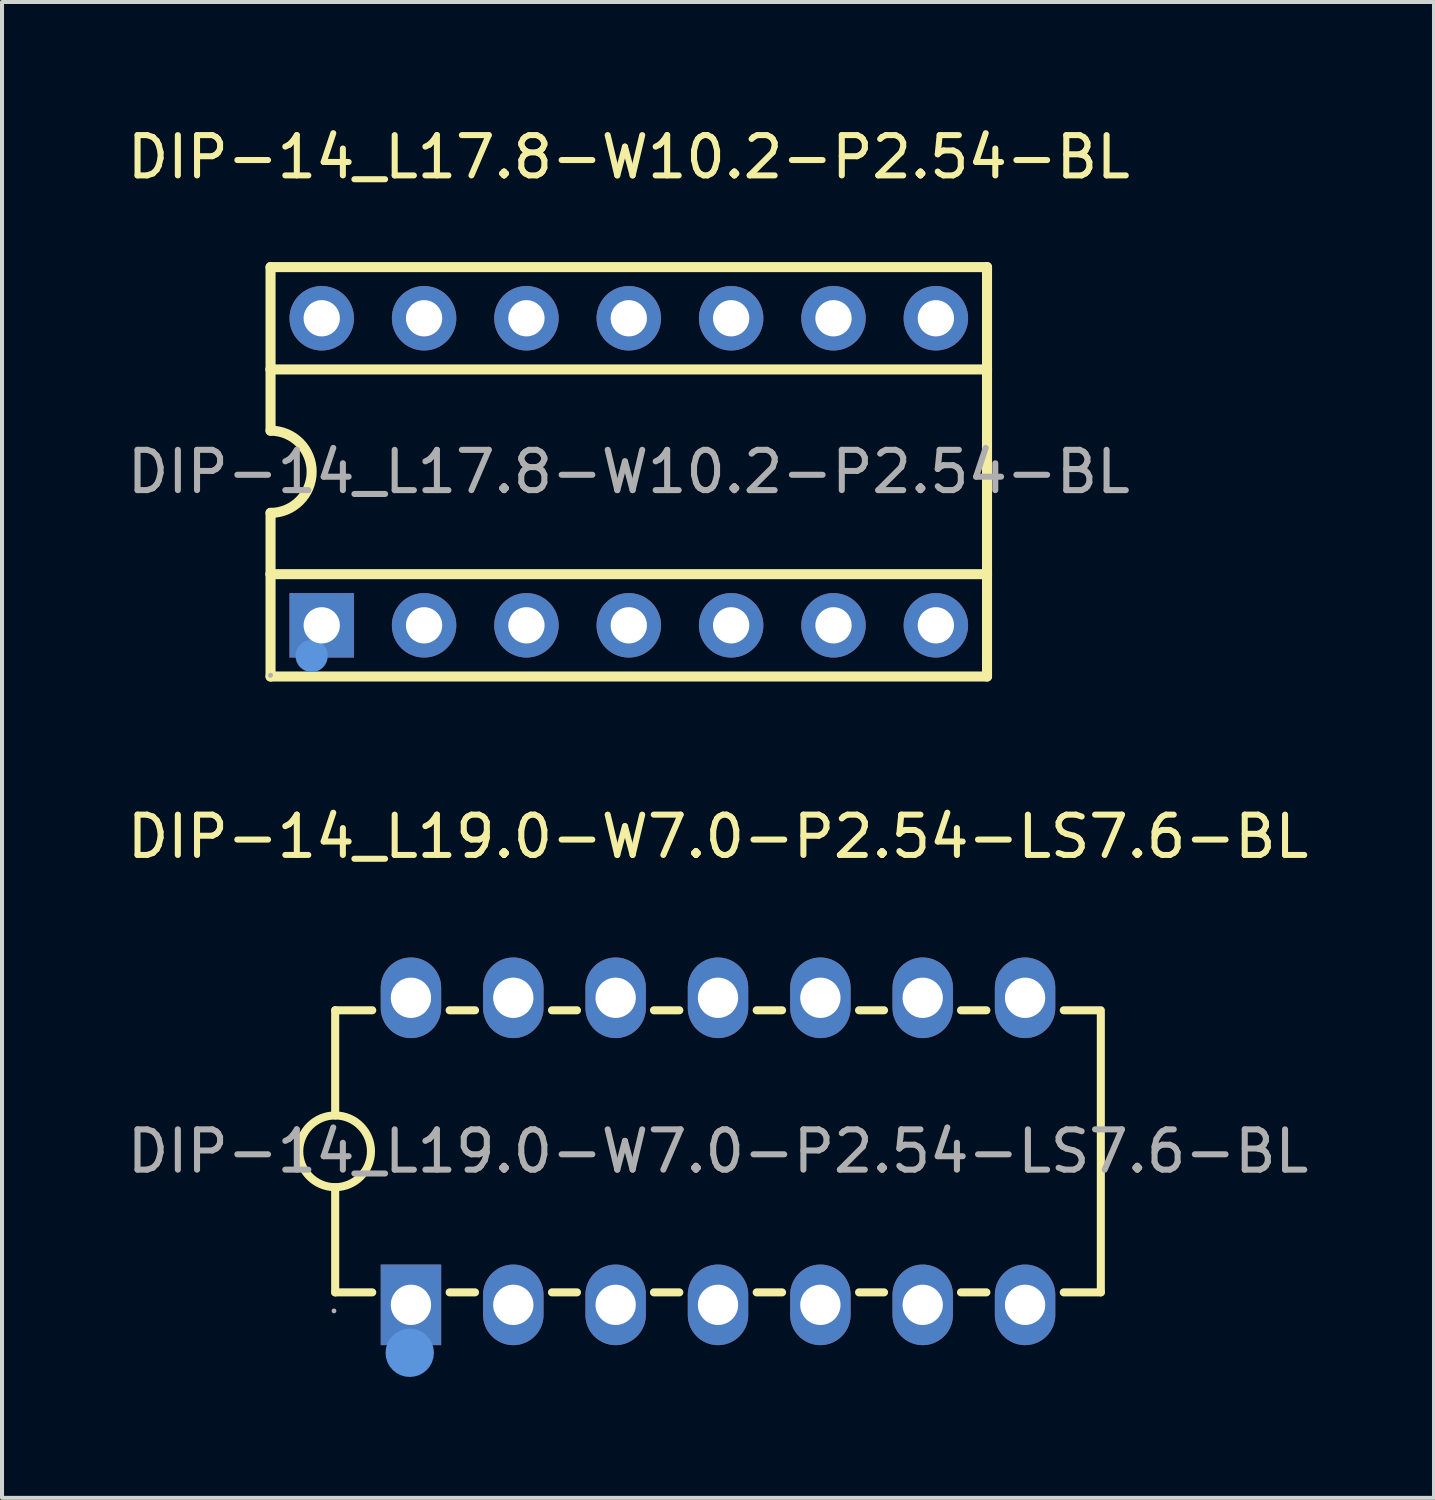
<source format=kicad_pcb>
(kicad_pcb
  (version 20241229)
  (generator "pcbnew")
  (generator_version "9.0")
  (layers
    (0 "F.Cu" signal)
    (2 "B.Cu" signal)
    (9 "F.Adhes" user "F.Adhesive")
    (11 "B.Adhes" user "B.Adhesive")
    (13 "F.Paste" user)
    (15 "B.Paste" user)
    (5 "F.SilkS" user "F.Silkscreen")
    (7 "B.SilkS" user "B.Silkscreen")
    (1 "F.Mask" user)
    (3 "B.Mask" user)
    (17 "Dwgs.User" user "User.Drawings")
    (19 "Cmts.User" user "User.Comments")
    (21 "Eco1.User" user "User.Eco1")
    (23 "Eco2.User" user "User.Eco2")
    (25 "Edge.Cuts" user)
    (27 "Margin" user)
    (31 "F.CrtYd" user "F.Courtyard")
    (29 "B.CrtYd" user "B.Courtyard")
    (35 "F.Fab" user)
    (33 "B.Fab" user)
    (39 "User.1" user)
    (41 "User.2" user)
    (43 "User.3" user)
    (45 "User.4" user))
  (footprint "DIP-14_L19.0-W7.0-P2.54-LS7.6-BL"
    (layer "F.Cu")
    (at 14.768 25.521)
    (property "Reference" "DIP-14_L19.0-W7.0-P2.54-LS7.6-BL" (at 0 -7.81 0) (layer "F.SilkS") (effects (font (size 1 1) (thickness 0.15))))
    (attr through_hole)
    (fp_line (start -9.5 -3.5) (end -9.5 -0.89) (stroke (width 0.2) (type solid)) (layer "F.SilkS"))
    (fp_line (start -9.5 -3.5) (end -8.58 -3.5) (stroke (width 0.2) (type solid)) (layer "F.SilkS"))
    (fp_line (start -9.5 3.5) (end -9.5 0.89) (stroke (width 0.2) (type solid)) (layer "F.SilkS"))
    (fp_line (start -9.5 3.5) (end -8.58 3.5) (stroke (width 0.2) (type solid)) (layer "F.SilkS"))
    (fp_line (start -6.66 -3.5) (end -6.03 -3.5) (stroke (width 0.2) (type solid)) (layer "F.SilkS"))
    (fp_line (start -6.66 3.5) (end -6.03 3.5) (stroke (width 0.2) (type solid)) (layer "F.SilkS"))
    (fp_line (start -4.12 -3.5) (end -3.5 -3.5) (stroke (width 0.2) (type solid)) (layer "F.SilkS"))
    (fp_line (start -4.12 3.5) (end -3.5 3.5) (stroke (width 0.2) (type solid)) (layer "F.SilkS"))
    (fp_line (start -1.59 -3.5) (end -0.96 -3.5) (stroke (width 0.2) (type solid)) (layer "F.SilkS"))
    (fp_line (start -1.59 3.5) (end -0.96 3.5) (stroke (width 0.2) (type solid)) (layer "F.SilkS"))
    (fp_line (start 0.96 -3.5) (end 1.59 -3.5) (stroke (width 0.2) (type solid)) (layer "F.SilkS"))
    (fp_line (start 0.96 3.5) (end 1.59 3.5) (stroke (width 0.2) (type solid)) (layer "F.SilkS"))
    (fp_line (start 3.5 -3.5) (end 4.12 -3.5) (stroke (width 0.2) (type solid)) (layer "F.SilkS"))
    (fp_line (start 3.5 3.5) (end 4.12 3.5) (stroke (width 0.2) (type solid)) (layer "F.SilkS"))
    (fp_line (start 6.03 -3.5) (end 6.66 -3.5) (stroke (width 0.2) (type solid)) (layer "F.SilkS"))
    (fp_line (start 6.03 3.5) (end 6.66 3.5) (stroke (width 0.2) (type solid)) (layer "F.SilkS"))
    (fp_line (start 8.58 -3.5) (end 9.5 -3.5) (stroke (width 0.2) (type solid)) (layer "F.SilkS"))
    (fp_line (start 8.58 3.5) (end 9.5 3.5) (stroke (width 0.2) (type solid)) (layer "F.SilkS"))
    (fp_line (start 9.5 3.5) (end 9.5 -3.43) (stroke (width 0.2) (type solid)) (layer "F.SilkS"))
    (fp_arc (start -9.515533 0.889864) (mid -9.492233 -0.889966) (end -9.5 0.89) (stroke (width 0.2) (type solid)) (layer "F.SilkS"))
    (fp_circle (center -7.65 5) (end -7.35 5) (stroke (width 0.6) (type solid)) (fill no) (layer "Cmts.User"))
    (fp_circle (center -9.53 3.96) (end -9.5 3.96) (stroke (width 0.06) (type solid)) (fill no) (layer "F.Fab"))
    (fp_text user "${REFERENCE}" (at 0 0 0) (layer "F.Fab") (effects (font (size 1 1) (thickness 0.15))))
    (pad "1" thru_hole rect (at -7.62 3.81 90) (size 2 1.5) (drill 1) (layers "*.Cu" "*.Paste" "*.Mask"))
    (pad "2" thru_hole oval (at -5.08 3.81 90) (size 2 1.5) (drill 1) (layers "*.Cu" "*.Paste" "*.Mask"))
    (pad "3" thru_hole oval (at -2.54 3.81 90) (size 2 1.5) (drill 1) (layers "*.Cu" "*.Paste" "*.Mask"))
    (pad "4" thru_hole oval (at 0 3.81 90) (size 2 1.5) (drill 1) (layers "*.Cu" "*.Paste" "*.Mask"))
    (pad "5" thru_hole oval (at 2.54 3.81 90) (size 2 1.5) (drill 1) (layers "*.Cu" "*.Paste" "*.Mask"))
    (pad "6" thru_hole oval (at 5.08 3.81 90) (size 2 1.5) (drill 1) (layers "*.Cu" "*.Paste" "*.Mask"))
    (pad "7" thru_hole oval (at 7.62 3.81 90) (size 2 1.5) (drill 1) (layers "*.Cu" "*.Paste" "*.Mask"))
    (pad "8" thru_hole oval (at 7.62 -3.81 90) (size 2 1.5) (drill 1) (layers "*.Cu" "*.Paste" "*.Mask"))
    (pad "9" thru_hole oval (at 5.08 -3.81 90) (size 2 1.5) (drill 1) (layers "*.Cu" "*.Paste" "*.Mask"))
    (pad "10" thru_hole oval (at 2.54 -3.81 90) (size 2 1.5) (drill 1) (layers "*.Cu" "*.Paste" "*.Mask"))
    (pad "11" thru_hole oval (at 0 -3.81 90) (size 2 1.5) (drill 1) (layers "*.Cu" "*.Paste" "*.Mask"))
    (pad "12" thru_hole oval (at -2.54 -3.81 90) (size 2 1.5) (drill 1) (layers "*.Cu" "*.Paste" "*.Mask"))
    (pad "13" thru_hole oval (at -5.08 -3.81 90) (size 2 1.5) (drill 1) (layers "*.Cu" "*.Paste" "*.Mask"))
    (pad "14" thru_hole oval (at -7.62 -3.81 90) (size 2 1.5) (drill 1) (layers "*.Cu" "*.Paste" "*.Mask")))
  (footprint "DIP-14_L17.8-W10.2-P2.54-BL"
    (layer "F.Cu")
    (at 12.554 8.658)
    (property "Reference" "DIP-14_L17.8-W10.2-P2.54-BL" (at 0 -7.81 0) (layer "F.SilkS") (effects (font (size 1 1) (thickness 0.15))))
    (attr through_hole)
    (fp_line (start -8.89 -5.08) (end -8.89 -2.54) (stroke (width 0.25) (type solid)) (layer "F.SilkS"))
    (fp_line (start -8.89 -2.54) (end -8.89 -1.02) (stroke (width 0.25) (type solid)) (layer "F.SilkS"))
    (fp_line (start -8.89 -2.54) (end 8.89 -2.54) (stroke (width 0.25) (type solid)) (layer "F.SilkS"))
    (fp_line (start -8.89 2.54) (end -8.89 1.02) (stroke (width 0.25) (type solid)) (layer "F.SilkS"))
    (fp_line (start -8.89 2.54) (end 8.89 2.54) (stroke (width 0.25) (type solid)) (layer "F.SilkS"))
    (fp_line (start -8.89 5.08) (end -8.89 2.54) (stroke (width 0.25) (type solid)) (layer "F.SilkS"))
    (fp_line (start -8.89 5.08) (end 8.89 5.08) (stroke (width 0.25) (type solid)) (layer "F.SilkS"))
    (fp_line (start 8.89 -5.08) (end -8.89 -5.08) (stroke (width 0.25) (type solid)) (layer "F.SilkS"))
    (fp_line (start 8.89 -5.08) (end 8.89 -2.54) (stroke (width 0.25) (type solid)) (layer "F.SilkS"))
    (fp_line (start 8.89 -2.54) (end 8.89 2.54) (stroke (width 0.25) (type solid)) (layer "F.SilkS"))
    (fp_line (start 8.89 2.54) (end 8.89 5.08) (stroke (width 0.25) (type solid)) (layer "F.SilkS"))
    (fp_arc (start -8.89 -1.02) (mid -7.87 0) (end -8.89 1.02) (stroke (width 0.25) (type solid)) (layer "F.SilkS"))
    (fp_circle (center -7.87 4.57) (end -7.67 4.57) (stroke (width 0.4) (type solid)) (fill no) (layer "Cmts.User"))
    (fp_circle (center -8.89 5.05) (end -8.86 5.05) (stroke (width 0.06) (type solid)) (fill no) (layer "F.Fab"))
    (fp_circle (center -7.62 -3.81) (end -7.5 -3.81) (stroke (width 0.25) (type solid)) (fill no) (layer "F.Fab"))
    (fp_circle (center -7.62 3.81) (end -7.5 3.81) (stroke (width 0.25) (type solid)) (fill no) (layer "F.Fab"))
    (fp_circle (center -5.08 -3.81) (end -4.96 -3.81) (stroke (width 0.25) (type solid)) (fill no) (layer "F.Fab"))
    (fp_circle (center -5.08 3.81) (end -4.96 3.81) (stroke (width 0.25) (type solid)) (fill no) (layer "F.Fab"))
    (fp_circle (center -2.54 -3.81) (end -2.42 -3.81) (stroke (width 0.25) (type solid)) (fill no) (layer "F.Fab"))
    (fp_circle (center -2.54 3.81) (end -2.42 3.81) (stroke (width 0.25) (type solid)) (fill no) (layer "F.Fab"))
    (fp_circle (center 0 -3.81) (end 0.12 -3.81) (stroke (width 0.25) (type solid)) (fill no) (layer "F.Fab"))
    (fp_circle (center 0 3.81) (end 0.12 3.81) (stroke (width 0.25) (type solid)) (fill no) (layer "F.Fab"))
    (fp_circle (center 2.54 -3.81) (end 2.66 -3.81) (stroke (width 0.25) (type solid)) (fill no) (layer "F.Fab"))
    (fp_circle (center 2.54 3.81) (end 2.66 3.81) (stroke (width 0.25) (type solid)) (fill no) (layer "F.Fab"))
    (fp_circle (center 5.08 -3.81) (end 5.2 -3.81) (stroke (width 0.25) (type solid)) (fill no) (layer "F.Fab"))
    (fp_circle (center 5.08 3.81) (end 5.2 3.81) (stroke (width 0.25) (type solid)) (fill no) (layer "F.Fab"))
    (fp_circle (center 7.62 -3.81) (end 7.74 -3.81) (stroke (width 0.25) (type solid)) (fill no) (layer "F.Fab"))
    (fp_circle (center 7.62 3.81) (end 7.74 3.81) (stroke (width 0.25) (type solid)) (fill no) (layer "F.Fab"))
    (fp_text user "${REFERENCE}" (at 0 0 0) (layer "F.Fab") (effects (font (size 1 1) (thickness 0.15))))
    (pad "1" thru_hole rect (at -7.62 3.81) (size 1.6 1.6) (drill 0.9) (layers "*.Cu" "*.Paste" "*.Mask"))
    (pad "2" thru_hole circle (at -5.08 3.81) (size 1.6 1.6) (drill 0.9) (layers "*.Cu" "*.Paste" "*.Mask"))
    (pad "3" thru_hole circle (at -2.54 3.81) (size 1.6 1.6) (drill 0.9) (layers "*.Cu" "*.Paste" "*.Mask"))
    (pad "4" thru_hole circle (at 0 3.81) (size 1.6 1.6) (drill 0.9) (layers "*.Cu" "*.Paste" "*.Mask"))
    (pad "5" thru_hole circle (at 2.54 3.81) (size 1.6 1.6) (drill 0.9) (layers "*.Cu" "*.Paste" "*.Mask"))
    (pad "6" thru_hole circle (at 5.08 3.81) (size 1.6 1.6) (drill 0.9) (layers "*.Cu" "*.Paste" "*.Mask"))
    (pad "7" thru_hole circle (at 7.62 3.81) (size 1.6 1.6) (drill 0.9) (layers "*.Cu" "*.Paste" "*.Mask"))
    (pad "8" thru_hole circle (at 7.62 -3.81) (size 1.6 1.6) (drill 0.9) (layers "*.Cu" "*.Paste" "*.Mask"))
    (pad "9" thru_hole circle (at 5.08 -3.81) (size 1.6 1.6) (drill 0.9) (layers "*.Cu" "*.Paste" "*.Mask"))
    (pad "10" thru_hole circle (at 2.54 -3.81) (size 1.6 1.6) (drill 0.9) (layers "*.Cu" "*.Paste" "*.Mask"))
    (pad "11" thru_hole circle (at 0 -3.81) (size 1.6 1.6) (drill 0.9) (layers "*.Cu" "*.Paste" "*.Mask"))
    (pad "12" thru_hole circle (at -2.54 -3.81) (size 1.6 1.6) (drill 0.9) (layers "*.Cu" "*.Paste" "*.Mask"))
    (pad "13" thru_hole circle (at -5.08 -3.81) (size 1.6 1.6) (drill 0.9) (layers "*.Cu" "*.Paste" "*.Mask"))
    (pad "14" thru_hole circle (at -7.62 -3.81) (size 1.6 1.6) (drill 0.9) (layers "*.Cu" "*.Paste" "*.Mask")))
  (gr_rect
    (start -3 -3)
    (end 32.536 34.121)
    (stroke (width 0.1) (type default))
    (fill no)
    (layer "Edge.Cuts")))
</source>
